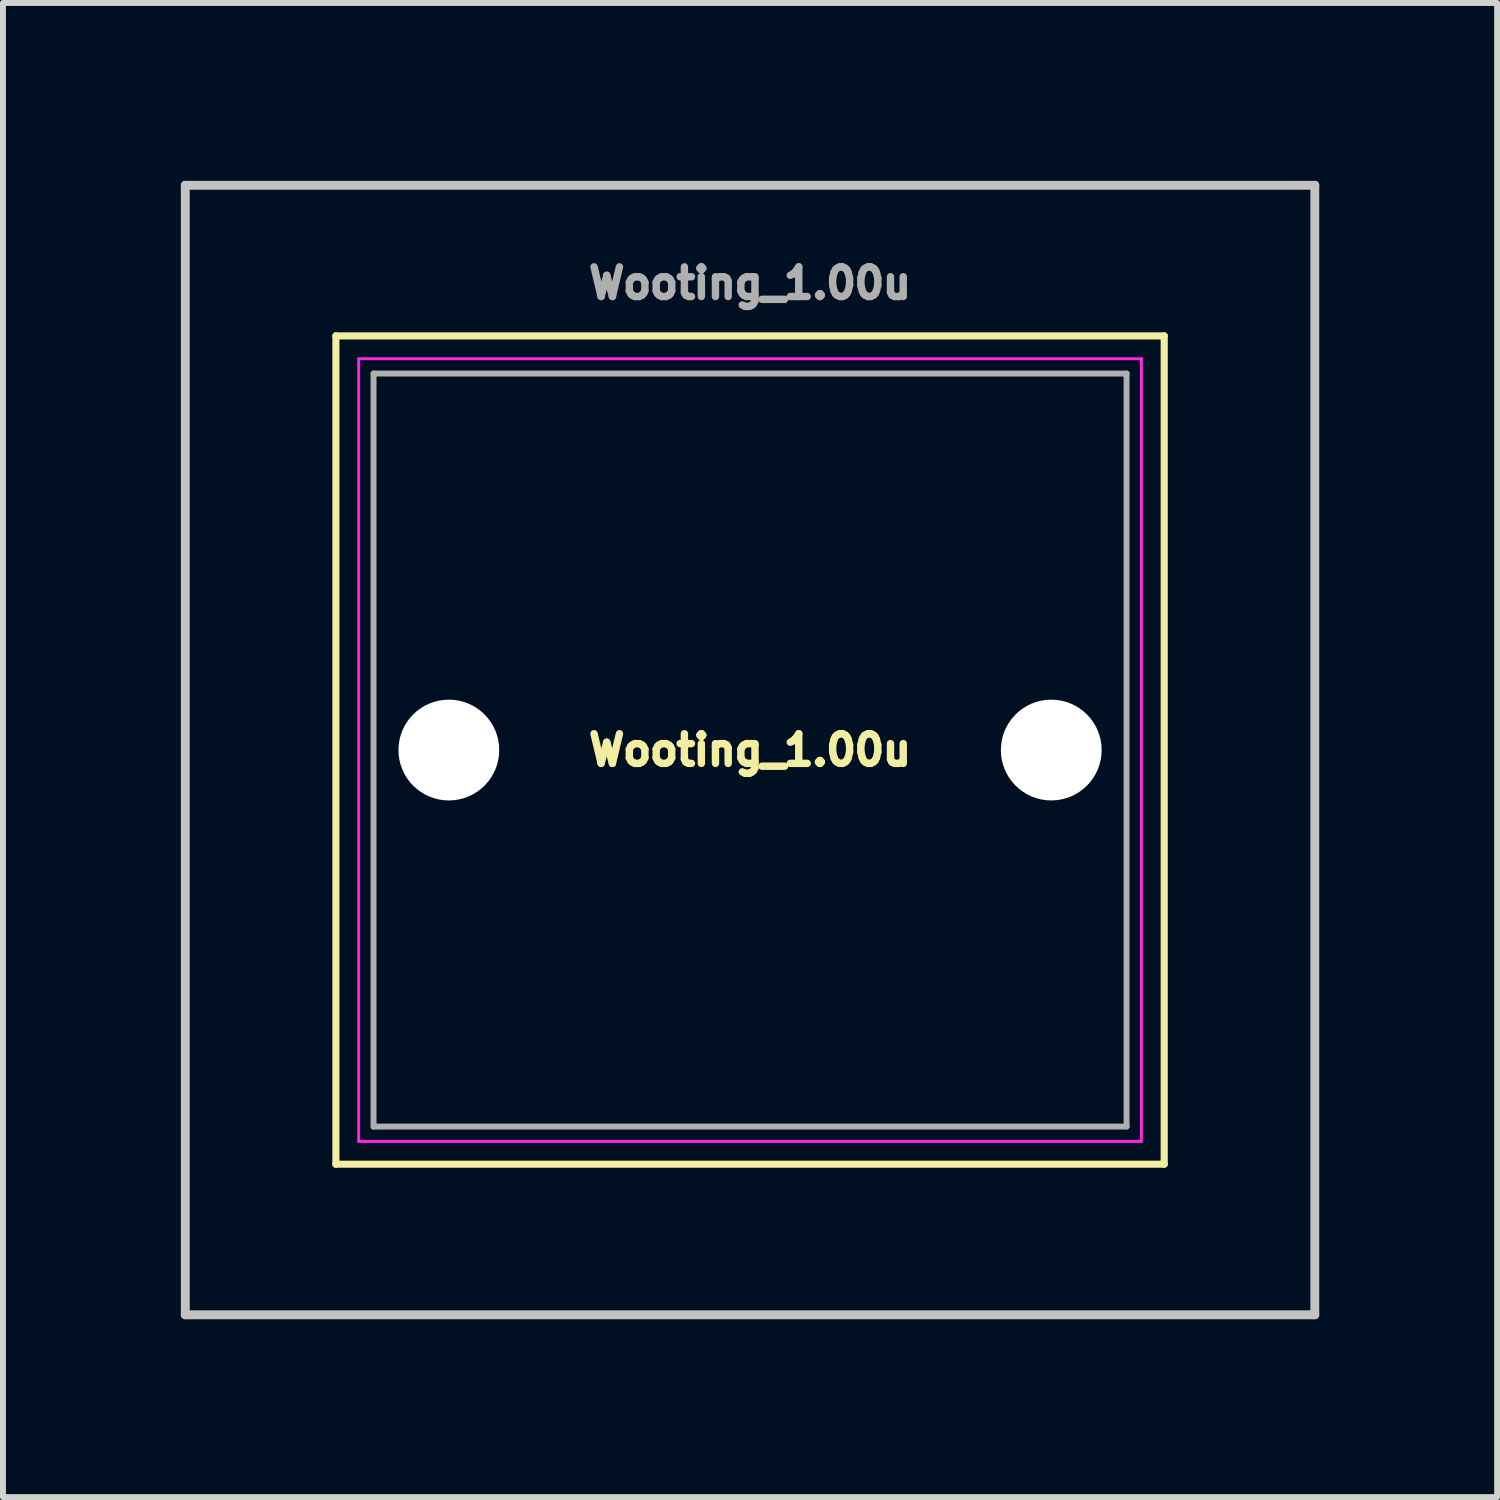
<source format=kicad_pcb>
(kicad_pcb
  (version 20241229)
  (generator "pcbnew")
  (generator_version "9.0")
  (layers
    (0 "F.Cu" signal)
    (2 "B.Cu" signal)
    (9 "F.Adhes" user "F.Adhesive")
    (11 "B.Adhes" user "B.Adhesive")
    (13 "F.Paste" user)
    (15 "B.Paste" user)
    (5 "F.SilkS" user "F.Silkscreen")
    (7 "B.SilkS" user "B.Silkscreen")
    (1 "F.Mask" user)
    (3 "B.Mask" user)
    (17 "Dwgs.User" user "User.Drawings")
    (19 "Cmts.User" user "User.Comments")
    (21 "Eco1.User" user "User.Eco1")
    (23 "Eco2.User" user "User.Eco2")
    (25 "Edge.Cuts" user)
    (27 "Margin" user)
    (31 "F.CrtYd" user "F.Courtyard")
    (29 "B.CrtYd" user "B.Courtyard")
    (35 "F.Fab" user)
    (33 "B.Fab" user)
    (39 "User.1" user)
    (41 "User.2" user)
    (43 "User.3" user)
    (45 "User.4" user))
  (footprint "Wooting_1.00u"
    (layer "F.Cu")
    (at 9.6 9.6)
    (property "Reference" "Wooting_1.00u" (at 0 0 0) (layer "F.SilkS") (effects (font (size 0.5 0.5) (thickness 0.15))))
    (attr through_hole)
    (fp_line (start -6.985 -6.985) (end 6.985 -6.985) (stroke (width 0.12) (type solid)) (layer "F.SilkS"))
    (fp_line (start -6.985 6.985) (end -6.985 -6.985) (stroke (width 0.12) (type solid)) (layer "F.SilkS"))
    (fp_line (start 6.985 -6.985) (end 6.985 6.985) (stroke (width 0.12) (type solid)) (layer "F.SilkS"))
    (fp_line (start 6.985 6.985) (end -6.985 6.985) (stroke (width 0.12) (type solid)) (layer "F.SilkS"))
    (fp_line (start -9.525 -9.525) (end 9.525 -9.525) (stroke (width 0.15) (type solid)) (layer "Dwgs.User"))
    (fp_line (start -9.525 9.525) (end -9.525 -9.525) (stroke (width 0.15) (type solid)) (layer "Dwgs.User"))
    (fp_line (start 9.525 -9.525) (end 9.525 9.525) (stroke (width 0.15) (type solid)) (layer "Dwgs.User"))
    (fp_line (start 9.525 9.525) (end -9.525 9.525) (stroke (width 0.15) (type solid)) (layer "Dwgs.User"))
    (fp_line (start -6.6 -6.6) (end 6.6 -6.6) (stroke (width 0.05) (type solid)) (layer "F.CrtYd"))
    (fp_line (start -6.6 6.6) (end -6.6 -6.6) (stroke (width 0.05) (type solid)) (layer "F.CrtYd"))
    (fp_line (start 6.6 -6.6) (end 6.6 6.6) (stroke (width 0.05) (type solid)) (layer "F.CrtYd"))
    (fp_line (start 6.6 6.6) (end -6.6 6.6) (stroke (width 0.05) (type solid)) (layer "F.CrtYd"))
    (fp_line (start -6.35 -6.35) (end 6.35 -6.35) (stroke (width 0.1) (type solid)) (layer "F.Fab"))
    (fp_line (start -6.35 6.35) (end -6.35 -6.35) (stroke (width 0.1) (type solid)) (layer "F.Fab"))
    (fp_line (start 6.35 -6.35) (end 6.35 6.35) (stroke (width 0.1) (type solid)) (layer "F.Fab"))
    (fp_line (start 6.35 6.35) (end -6.35 6.35) (stroke (width 0.1) (type solid)) (layer "F.Fab"))
    (fp_text user "${REFERENCE}" (at 0 -7.874 0) (layer "F.Fab") (effects (font (size 0.5 0.5) (thickness 0.15))))
    (pad "" np_thru_hole circle (at -5.08 0 180) (size 1.7 1.7) (drill 1.7) (layers "*.Cu" "*.Mask"))
    (pad "" np_thru_hole circle (at 5.08 0 180) (size 1.7 1.7) (drill 1.7) (layers "*.Cu" "*.Mask")))
  (gr_rect
    (start -3 -3)
    (end 22.2 22.2)
    (stroke (width 0.1) (type default))
    (fill no)
    (layer "Edge.Cuts")))
</source>
